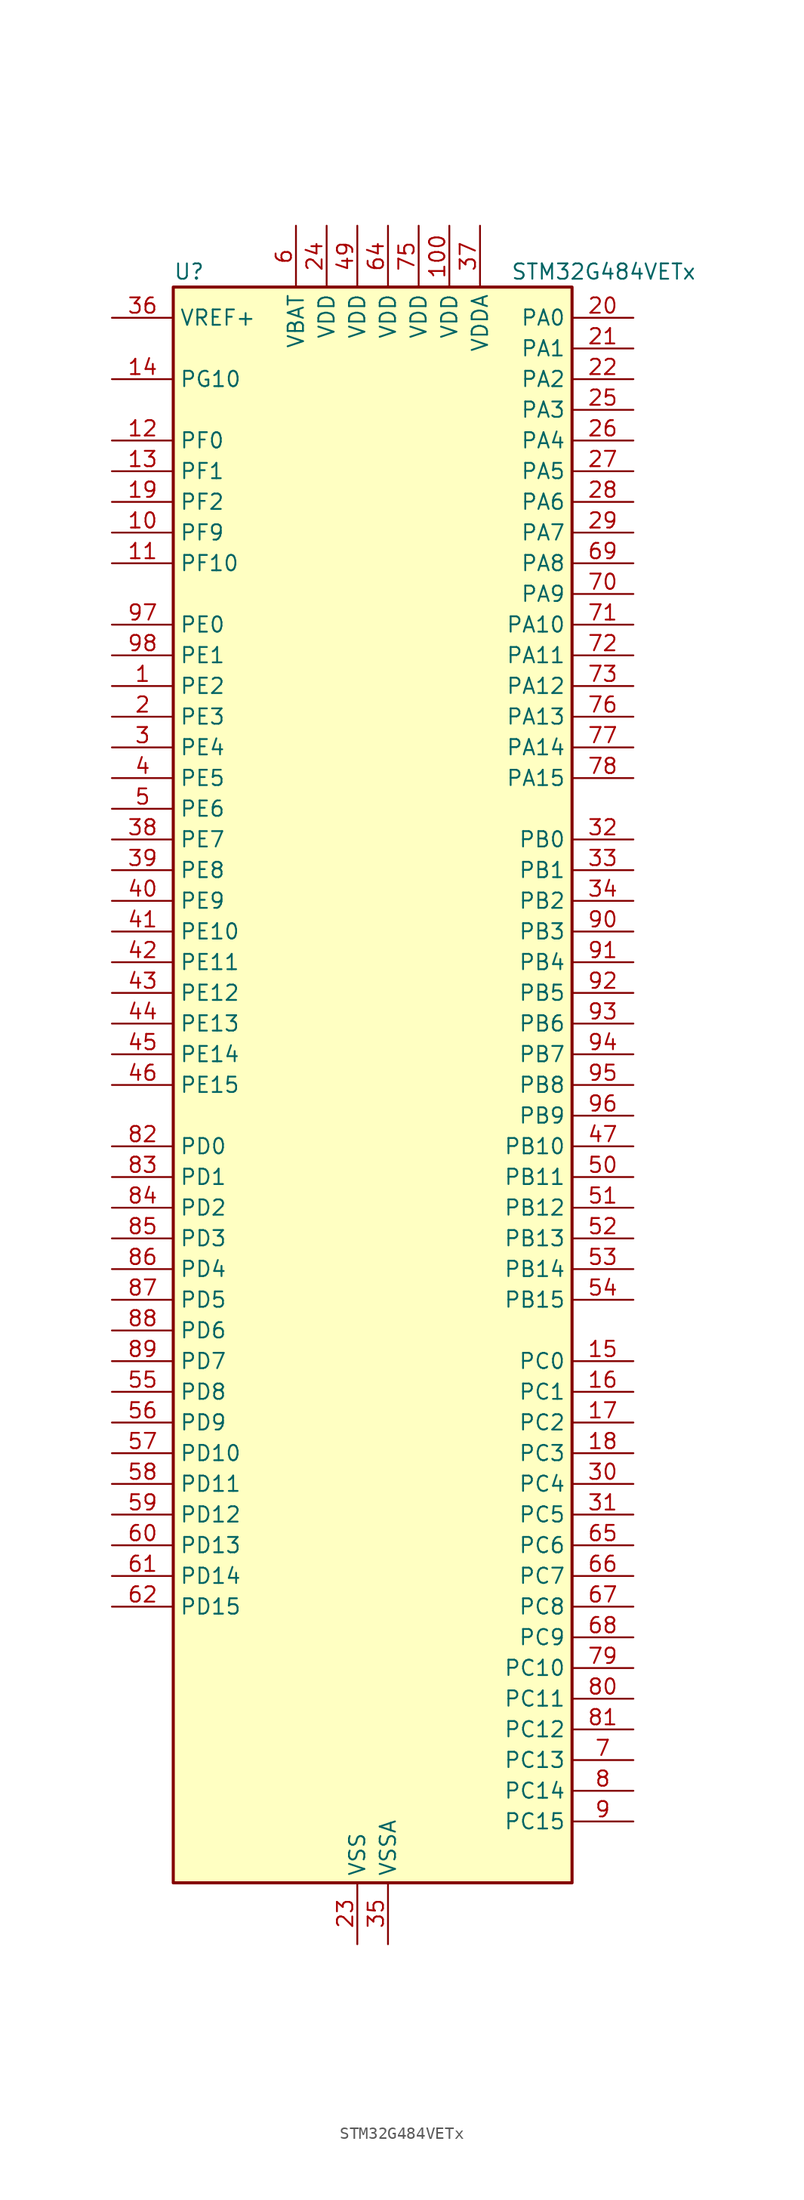
<source format=kicad_sym>
(kicad_symbol_lib
  (version 20231120)
  (generator "kicad_symbol_editor")
  (generator_version "8.0")
  (symbol "STM32G484VETx"
    (property "Reference" "U"
      (at -15.24 67.31 0)
      (effects (font (size 1.27 1.27)) (justify left)))
    (property "Value" "STM32G484VETx"
      (at 12.7 67.31 0)
      (effects (font (size 1.27 1.27)) (justify left)))
    (property "ki_locked" ""
      (at 0 0 0)
      (effects (font (size 1.27 1.27))))
    (symbol "STM32G484VETx_0_1"
      (rectangle (start -15.24 -66.04) (end 17.78 66.04) (stroke (width 0.254) (type default)) (fill (type background))))
    (symbol "STM32G484VETx_1_1"
      (pin bidirectional line (at -20.32 33.02 0) (length 5.08) (name "PE2" (effects (font (size 1.27 1.27)))) (number "1" (effects (font (size 1.27 1.27)))) (alternate "ADC3_EXTI2" bidirectional line) (alternate "ADC4_EXTI2" bidirectional line) (alternate "ADC5_EXTI2" bidirectional line) (alternate "FMC_A23" bidirectional line) (alternate "SAI1_CK1" bidirectional line) (alternate "SAI1_MCLK_A" bidirectional line) (alternate "SPI4_SCK" bidirectional line) (alternate "SYS_TRACECLK" bidirectional line) (alternate "TIM20_CH1" bidirectional line) (alternate "TIM3_CH1" bidirectional line))
      (pin bidirectional line (at -20.32 45.72 0) (length 5.08) (name "PF9" (effects (font (size 1.27 1.27)))) (number "10" (effects (font (size 1.27 1.27)))) (alternate "DAC1_EXTI9" bidirectional line) (alternate "DAC2_EXTI9" bidirectional line) (alternate "DAC3_EXTI9" bidirectional line) (alternate "DAC4_EXTI9" bidirectional line) (alternate "FMC_A25" bidirectional line) (alternate "QUADSPI1_BK1_IO1" bidirectional line) (alternate "SAI1_FS_B" bidirectional line) (alternate "SPI2_SCK" bidirectional line) (alternate "TIM15_CH1" bidirectional line) (alternate "TIM20_BKIN" bidirectional line) (alternate "TIM5_CH4" bidirectional line))
      (pin power_in line (at 7.62 71.12 270) (length 5.08) (name "VDD" (effects (font (size 1.27 1.27)))) (number "100" (effects (font (size 1.27 1.27)))))
      (pin bidirectional line (at -20.32 43.18 0) (length 5.08) (name "PF10" (effects (font (size 1.27 1.27)))) (number "11" (effects (font (size 1.27 1.27)))) (alternate "DAC1_EXTI10" bidirectional line) (alternate "DAC2_EXTI10" bidirectional line) (alternate "DAC3_EXTI10" bidirectional line) (alternate "DAC4_EXTI10" bidirectional line) (alternate "FMC_A0" bidirectional line) (alternate "QUADSPI1_CLK" bidirectional line) (alternate "SAI1_D3" bidirectional line) (alternate "SPI2_SCK" bidirectional line) (alternate "TIM15_CH2" bidirectional line) (alternate "TIM20_BKIN2" bidirectional line))
      (pin bidirectional line (at -20.32 53.34 0) (length 5.08) (name "PF0" (effects (font (size 1.27 1.27)))) (number "12" (effects (font (size 1.27 1.27)))) (alternate "ADC1_IN10" bidirectional line) (alternate "I2C2_SDA" bidirectional line) (alternate "I2S2_WS" bidirectional line) (alternate "RCC_OSC_IN" bidirectional line) (alternate "SPI2_NSS" bidirectional line) (alternate "TIM1_CH3N" bidirectional line))
      (pin bidirectional line (at -20.32 50.8 0) (length 5.08) (name "PF1" (effects (font (size 1.27 1.27)))) (number "13" (effects (font (size 1.27 1.27)))) (alternate "ADC2_IN10" bidirectional line) (alternate "COMP3_INM" bidirectional line) (alternate "I2S2_CK" bidirectional line) (alternate "RCC_OSC_OUT" bidirectional line) (alternate "SPI2_SCK" bidirectional line))
      (pin bidirectional line (at -20.32 58.42 0) (length 5.08) (name "PG10" (effects (font (size 1.27 1.27)))) (number "14" (effects (font (size 1.27 1.27)))) (alternate "DAC1_EXTI10" bidirectional line) (alternate "DAC2_EXTI10" bidirectional line) (alternate "DAC3_EXTI10" bidirectional line) (alternate "DAC4_EXTI10" bidirectional line) (alternate "RCC_MCO" bidirectional line))
      (pin bidirectional line (at 22.86 -22.86 180) (length 5.08) (name "PC0" (effects (font (size 1.27 1.27)))) (number "15" (effects (font (size 1.27 1.27)))) (alternate "ADC1_IN6" bidirectional line) (alternate "ADC2_IN6" bidirectional line) (alternate "COMP3_INM" bidirectional line) (alternate "LPTIM1_IN1" bidirectional line) (alternate "LPUART1_RX" bidirectional line) (alternate "TIM1_CH1" bidirectional line))
      (pin bidirectional line (at 22.86 -25.4 180) (length 5.08) (name "PC1" (effects (font (size 1.27 1.27)))) (number "16" (effects (font (size 1.27 1.27)))) (alternate "ADC1_IN7" bidirectional line) (alternate "ADC2_IN7" bidirectional line) (alternate "COMP3_INP" bidirectional line) (alternate "LPTIM1_OUT" bidirectional line) (alternate "LPUART1_TX" bidirectional line) (alternate "QUADSPI1_BK2_IO0" bidirectional line) (alternate "SAI1_SD_A" bidirectional line) (alternate "TIM1_CH2" bidirectional line))
      (pin bidirectional line (at 22.86 -27.94 180) (length 5.08) (name "PC2" (effects (font (size 1.27 1.27)))) (number "17" (effects (font (size 1.27 1.27)))) (alternate "ADC1_IN8" bidirectional line) (alternate "ADC2_IN8" bidirectional line) (alternate "ADC3_EXTI2" bidirectional line) (alternate "ADC4_EXTI2" bidirectional line) (alternate "ADC5_EXTI2" bidirectional line) (alternate "COMP3_OUT" bidirectional line) (alternate "LPTIM1_IN2" bidirectional line) (alternate "QUADSPI1_BK2_IO1" bidirectional line) (alternate "TIM1_CH3" bidirectional line) (alternate "TIM20_CH2" bidirectional line))
      (pin bidirectional line (at 22.86 -30.48 180) (length 5.08) (name "PC3" (effects (font (size 1.27 1.27)))) (number "18" (effects (font (size 1.27 1.27)))) (alternate "ADC1_IN9" bidirectional line) (alternate "ADC2_IN9" bidirectional line) (alternate "ADC3_EXTI3" bidirectional line) (alternate "ADC4_EXTI3" bidirectional line) (alternate "ADC5_EXTI3" bidirectional line) (alternate "LPTIM1_ETR" bidirectional line) (alternate "OPAMP5_VINP" bidirectional line) (alternate "OPAMP5_VINP_SEC" bidirectional line) (alternate "QUADSPI1_BK2_IO2" bidirectional line) (alternate "SAI1_D1" bidirectional line) (alternate "SAI1_SD_A" bidirectional line) (alternate "TIM1_BKIN2" bidirectional line) (alternate "TIM1_CH4" bidirectional line))
      (pin bidirectional line (at -20.32 48.26 0) (length 5.08) (name "PF2" (effects (font (size 1.27 1.27)))) (number "19" (effects (font (size 1.27 1.27)))) (alternate "ADC3_EXTI2" bidirectional line) (alternate "ADC4_EXTI2" bidirectional line) (alternate "ADC5_EXTI2" bidirectional line) (alternate "FMC_A2" bidirectional line) (alternate "I2C2_SMBA" bidirectional line) (alternate "TIM20_CH3" bidirectional line))
      (pin bidirectional line (at -20.32 30.48 0) (length 5.08) (name "PE3" (effects (font (size 1.27 1.27)))) (number "2" (effects (font (size 1.27 1.27)))) (alternate "ADC3_EXTI3" bidirectional line) (alternate "ADC4_EXTI3" bidirectional line) (alternate "ADC5_EXTI3" bidirectional line) (alternate "FMC_A19" bidirectional line) (alternate "SAI1_SD_B" bidirectional line) (alternate "SPI4_NSS" bidirectional line) (alternate "SYS_TRACED0" bidirectional line) (alternate "TIM20_CH2" bidirectional line) (alternate "TIM3_CH2" bidirectional line))
      (pin bidirectional line (at 22.86 63.5 180) (length 5.08) (name "PA0" (effects (font (size 1.27 1.27)))) (number "20" (effects (font (size 1.27 1.27)))) (alternate "ADC1_IN1" bidirectional line) (alternate "ADC2_IN1" bidirectional line) (alternate "COMP1_INM" bidirectional line) (alternate "COMP1_OUT" bidirectional line) (alternate "COMP3_INP" bidirectional line) (alternate "RTC_TAMP2" bidirectional line) (alternate "SYS_WKUP1" bidirectional line) (alternate "TIM2_CH1" bidirectional line) (alternate "TIM2_ETR" bidirectional line) (alternate "TIM5_CH1" bidirectional line) (alternate "TIM8_BKIN" bidirectional line) (alternate "TIM8_ETR" bidirectional line) (alternate "USART2_CTS" bidirectional line) (alternate "USART2_NSS" bidirectional line))
      (pin bidirectional line (at 22.86 60.96 180) (length 5.08) (name "PA1" (effects (font (size 1.27 1.27)))) (number "21" (effects (font (size 1.27 1.27)))) (alternate "ADC1_IN2" bidirectional line) (alternate "ADC2_IN2" bidirectional line) (alternate "COMP1_INP" bidirectional line) (alternate "OPAMP1_VINP" bidirectional line) (alternate "OPAMP1_VINP_SEC" bidirectional line) (alternate "OPAMP3_VINP" bidirectional line) (alternate "OPAMP3_VINP_SEC" bidirectional line) (alternate "OPAMP6_VINM" bidirectional line) (alternate "OPAMP6_VINM0" bidirectional line) (alternate "OPAMP6_VINM_SEC" bidirectional line) (alternate "RTC_REFIN" bidirectional line) (alternate "TIM15_CH1N" bidirectional line) (alternate "TIM2_CH2" bidirectional line) (alternate "TIM5_CH2" bidirectional line) (alternate "USART2_DE" bidirectional line) (alternate "USART2_RTS" bidirectional line))
      (pin bidirectional line (at 22.86 58.42 180) (length 5.08) (name "PA2" (effects (font (size 1.27 1.27)))) (number "22" (effects (font (size 1.27 1.27)))) (alternate "ADC1_IN3" bidirectional line) (alternate "ADC3_EXTI2" bidirectional line) (alternate "ADC4_EXTI2" bidirectional line) (alternate "ADC5_EXTI2" bidirectional line) (alternate "COMP2_INM" bidirectional line) (alternate "COMP2_OUT" bidirectional line) (alternate "LPUART1_TX" bidirectional line) (alternate "OPAMP1_VOUT" bidirectional line) (alternate "QUADSPI1_BK1_NCS" bidirectional line) (alternate "RCC_LSCO" bidirectional line) (alternate "SYS_WKUP4" bidirectional line) (alternate "TIM15_CH1" bidirectional line) (alternate "TIM2_CH3" bidirectional line) (alternate "TIM5_CH3" bidirectional line) (alternate "UCPD1_FRSTX1" bidirectional line) (alternate "UCPD1_FRSTX2" bidirectional line) (alternate "USART2_TX" bidirectional line))
      (pin power_in line (at 0 -71.12 90) (length 5.08) (name "VSS" (effects (font (size 1.27 1.27)))) (number "23" (effects (font (size 1.27 1.27)))))
      (pin power_in line (at -2.54 71.12 270) (length 5.08) (name "VDD" (effects (font (size 1.27 1.27)))) (number "24" (effects (font (size 1.27 1.27)))))
      (pin bidirectional line (at 22.86 55.88 180) (length 5.08) (name "PA3" (effects (font (size 1.27 1.27)))) (number "25" (effects (font (size 1.27 1.27)))) (alternate "ADC1_IN4" bidirectional line) (alternate "ADC3_EXTI3" bidirectional line) (alternate "ADC4_EXTI3" bidirectional line) (alternate "ADC5_EXTI3" bidirectional line) (alternate "COMP2_INP" bidirectional line) (alternate "LPUART1_RX" bidirectional line) (alternate "OPAMP1_VINM" bidirectional line) (alternate "OPAMP1_VINM0" bidirectional line) (alternate "OPAMP1_VINM_SEC" bidirectional line) (alternate "OPAMP1_VINP" bidirectional line) (alternate "OPAMP1_VINP_SEC" bidirectional line) (alternate "OPAMP5_VINM" bidirectional line) (alternate "OPAMP5_VINM1" bidirectional line) (alternate "OPAMP5_VINM_SEC" bidirectional line) (alternate "QUADSPI1_CLK" bidirectional line) (alternate "SAI1_CK1" bidirectional line) (alternate "SAI1_MCLK_A" bidirectional line) (alternate "TIM15_CH2" bidirectional line) (alternate "TIM2_CH4" bidirectional line) (alternate "TIM5_CH4" bidirectional line) (alternate "USART2_RX" bidirectional line))
      (pin bidirectional line (at 22.86 53.34 180) (length 5.08) (name "PA4" (effects (font (size 1.27 1.27)))) (number "26" (effects (font (size 1.27 1.27)))) (alternate "ADC2_IN17" bidirectional line) (alternate "COMP1_INM" bidirectional line) (alternate "DAC1_OUT1" bidirectional line) (alternate "I2S3_WS" bidirectional line) (alternate "SAI1_FS_B" bidirectional line) (alternate "SPI1_NSS" bidirectional line) (alternate "SPI3_NSS" bidirectional line) (alternate "TIM3_CH2" bidirectional line) (alternate "USART2_CK" bidirectional line))
      (pin bidirectional line (at 22.86 50.8 180) (length 5.08) (name "PA5" (effects (font (size 1.27 1.27)))) (number "27" (effects (font (size 1.27 1.27)))) (alternate "ADC2_IN13" bidirectional line) (alternate "COMP2_INM" bidirectional line) (alternate "DAC1_OUT2" bidirectional line) (alternate "OPAMP2_VINM" bidirectional line) (alternate "OPAMP2_VINM0" bidirectional line) (alternate "OPAMP2_VINM_SEC" bidirectional line) (alternate "SPI1_SCK" bidirectional line) (alternate "TIM2_CH1" bidirectional line) (alternate "TIM2_ETR" bidirectional line) (alternate "UCPD1_FRSTX1" bidirectional line) (alternate "UCPD1_FRSTX2" bidirectional line))
      (pin bidirectional line (at 22.86 48.26 180) (length 5.08) (name "PA6" (effects (font (size 1.27 1.27)))) (number "28" (effects (font (size 1.27 1.27)))) (alternate "ADC2_IN3" bidirectional line) (alternate "COMP1_OUT" bidirectional line) (alternate "DAC2_OUT1" bidirectional line) (alternate "LPUART1_CTS" bidirectional line) (alternate "OPAMP2_VOUT" bidirectional line) (alternate "QUADSPI1_BK1_IO3" bidirectional line) (alternate "SPI1_MISO" bidirectional line) (alternate "TIM16_CH1" bidirectional line) (alternate "TIM1_BKIN" bidirectional line) (alternate "TIM3_CH1" bidirectional line) (alternate "TIM8_BKIN" bidirectional line))
      (pin bidirectional line (at 22.86 45.72 180) (length 5.08) (name "PA7" (effects (font (size 1.27 1.27)))) (number "29" (effects (font (size 1.27 1.27)))) (alternate "ADC2_IN4" bidirectional line) (alternate "COMP2_INP" bidirectional line) (alternate "COMP2_OUT" bidirectional line) (alternate "OPAMP1_VINP" bidirectional line) (alternate "OPAMP1_VINP_SEC" bidirectional line) (alternate "OPAMP2_VINP" bidirectional line) (alternate "OPAMP2_VINP_SEC" bidirectional line) (alternate "QUADSPI1_BK1_IO2" bidirectional line) (alternate "SPI1_MOSI" bidirectional line) (alternate "TIM17_CH1" bidirectional line) (alternate "TIM1_CH1N" bidirectional line) (alternate "TIM3_CH2" bidirectional line) (alternate "TIM8_CH1N" bidirectional line) (alternate "UCPD1_FRSTX1" bidirectional line) (alternate "UCPD1_FRSTX2" bidirectional line))
      (pin bidirectional line (at -20.32 27.94 0) (length 5.08) (name "PE4" (effects (font (size 1.27 1.27)))) (number "3" (effects (font (size 1.27 1.27)))) (alternate "FMC_A20" bidirectional line) (alternate "SAI1_D2" bidirectional line) (alternate "SAI1_FS_A" bidirectional line) (alternate "SPI4_NSS" bidirectional line) (alternate "SYS_TRACED1" bidirectional line) (alternate "TIM20_CH1N" bidirectional line) (alternate "TIM3_CH3" bidirectional line))
      (pin bidirectional line (at 22.86 -33.02 180) (length 5.08) (name "PC4" (effects (font (size 1.27 1.27)))) (number "30" (effects (font (size 1.27 1.27)))) (alternate "ADC2_IN5" bidirectional line) (alternate "I2C2_SCL" bidirectional line) (alternate "QUADSPI1_BK2_IO3" bidirectional line) (alternate "TIM1_ETR" bidirectional line) (alternate "USART1_TX" bidirectional line))
      (pin bidirectional line (at 22.86 -35.56 180) (length 5.08) (name "PC5" (effects (font (size 1.27 1.27)))) (number "31" (effects (font (size 1.27 1.27)))) (alternate "ADC2_IN11" bidirectional line) (alternate "HRTIM1_EEV10" bidirectional line) (alternate "OPAMP1_VINM" bidirectional line) (alternate "OPAMP1_VINM1" bidirectional line) (alternate "OPAMP1_VINM_SEC" bidirectional line) (alternate "OPAMP2_VINM" bidirectional line) (alternate "OPAMP2_VINM1" bidirectional line) (alternate "OPAMP2_VINM_SEC" bidirectional line) (alternate "SAI1_D3" bidirectional line) (alternate "SYS_WKUP5" bidirectional line) (alternate "TIM15_BKIN" bidirectional line) (alternate "TIM1_CH4N" bidirectional line) (alternate "USART1_RX" bidirectional line))
      (pin bidirectional line (at 22.86 20.32 180) (length 5.08) (name "PB0" (effects (font (size 1.27 1.27)))) (number "32" (effects (font (size 1.27 1.27)))) (alternate "ADC1_IN15" bidirectional line) (alternate "ADC3_IN12" bidirectional line) (alternate "COMP4_INP" bidirectional line) (alternate "HRTIM1_FLT5" bidirectional line) (alternate "OPAMP2_VINP" bidirectional line) (alternate "OPAMP2_VINP_SEC" bidirectional line) (alternate "OPAMP3_VINP" bidirectional line) (alternate "OPAMP3_VINP_SEC" bidirectional line) (alternate "QUADSPI1_BK1_IO1" bidirectional line) (alternate "TIM1_CH2N" bidirectional line) (alternate "TIM3_CH3" bidirectional line) (alternate "TIM8_CH2N" bidirectional line) (alternate "UCPD1_FRSTX1" bidirectional line) (alternate "UCPD1_FRSTX2" bidirectional line))
      (pin bidirectional line (at 22.86 17.78 180) (length 5.08) (name "PB1" (effects (font (size 1.27 1.27)))) (number "33" (effects (font (size 1.27 1.27)))) (alternate "ADC1_IN12" bidirectional line) (alternate "ADC3_IN1" bidirectional line) (alternate "COMP1_INP" bidirectional line) (alternate "COMP4_OUT" bidirectional line) (alternate "HRTIM1_SCOUT" bidirectional line) (alternate "LPUART1_DE" bidirectional line) (alternate "LPUART1_RTS" bidirectional line) (alternate "OPAMP3_VOUT" bidirectional line) (alternate "OPAMP6_VINM" bidirectional line) (alternate "OPAMP6_VINM1" bidirectional line) (alternate "OPAMP6_VINM_SEC" bidirectional line) (alternate "QUADSPI1_BK1_IO0" bidirectional line) (alternate "TIM1_CH3N" bidirectional line) (alternate "TIM3_CH4" bidirectional line) (alternate "TIM8_CH3N" bidirectional line))
      (pin bidirectional line (at 22.86 15.24 180) (length 5.08) (name "PB2" (effects (font (size 1.27 1.27)))) (number "34" (effects (font (size 1.27 1.27)))) (alternate "ADC2_IN12" bidirectional line) (alternate "ADC3_EXTI2" bidirectional line) (alternate "ADC4_EXTI2" bidirectional line) (alternate "ADC5_EXTI2" bidirectional line) (alternate "COMP4_INM" bidirectional line) (alternate "HRTIM1_SCIN" bidirectional line) (alternate "I2C3_SMBA" bidirectional line) (alternate "LPTIM1_OUT" bidirectional line) (alternate "OPAMP3_VINM" bidirectional line) (alternate "OPAMP3_VINM0" bidirectional line) (alternate "OPAMP3_VINM_SEC" bidirectional line) (alternate "QUADSPI1_BK2_IO1" bidirectional line) (alternate "RTC_OUT2" bidirectional line) (alternate "TIM20_CH1" bidirectional line) (alternate "TIM5_CH1" bidirectional line))
      (pin power_in line (at 2.54 -71.12 90) (length 5.08) (name "VSSA" (effects (font (size 1.27 1.27)))) (number "35" (effects (font (size 1.27 1.27)))))
      (pin input line (at -20.32 63.5 0) (length 5.08) (name "VREF+" (effects (font (size 1.27 1.27)))) (number "36" (effects (font (size 1.27 1.27)))) (alternate "VREFBUF_OUT" bidirectional line))
      (pin power_in line (at 10.16 71.12 270) (length 5.08) (name "VDDA" (effects (font (size 1.27 1.27)))) (number "37" (effects (font (size 1.27 1.27)))))
      (pin bidirectional line (at -20.32 20.32 0) (length 5.08) (name "PE7" (effects (font (size 1.27 1.27)))) (number "38" (effects (font (size 1.27 1.27)))) (alternate "ADC3_IN4" bidirectional line) (alternate "COMP4_INP" bidirectional line) (alternate "FMC_D4" bidirectional line) (alternate "FMC_DA4" bidirectional line) (alternate "SAI1_SD_B" bidirectional line) (alternate "TIM1_ETR" bidirectional line))
      (pin bidirectional line (at -20.32 17.78 0) (length 5.08) (name "PE8" (effects (font (size 1.27 1.27)))) (number "39" (effects (font (size 1.27 1.27)))) (alternate "ADC3_IN6" bidirectional line) (alternate "ADC4_IN6" bidirectional line) (alternate "ADC5_IN6" bidirectional line) (alternate "COMP4_INM" bidirectional line) (alternate "FMC_D5" bidirectional line) (alternate "FMC_DA5" bidirectional line) (alternate "SAI1_SCK_B" bidirectional line) (alternate "TIM1_CH1N" bidirectional line) (alternate "TIM5_CH3" bidirectional line))
      (pin bidirectional line (at -20.32 25.4 0) (length 5.08) (name "PE5" (effects (font (size 1.27 1.27)))) (number "4" (effects (font (size 1.27 1.27)))) (alternate "FMC_A21" bidirectional line) (alternate "SAI1_CK2" bidirectional line) (alternate "SAI1_SCK_A" bidirectional line) (alternate "SPI4_MISO" bidirectional line) (alternate "SYS_TRACED2" bidirectional line) (alternate "TIM20_CH2N" bidirectional line) (alternate "TIM3_CH4" bidirectional line))
      (pin bidirectional line (at -20.32 15.24 0) (length 5.08) (name "PE9" (effects (font (size 1.27 1.27)))) (number "40" (effects (font (size 1.27 1.27)))) (alternate "ADC3_IN2" bidirectional line) (alternate "DAC1_EXTI9" bidirectional line) (alternate "DAC2_EXTI9" bidirectional line) (alternate "DAC3_EXTI9" bidirectional line) (alternate "DAC4_EXTI9" bidirectional line) (alternate "FMC_D6" bidirectional line) (alternate "FMC_DA6" bidirectional line) (alternate "SAI1_FS_B" bidirectional line) (alternate "TIM1_CH1" bidirectional line) (alternate "TIM5_CH4" bidirectional line))
      (pin bidirectional line (at -20.32 12.7 0) (length 5.08) (name "PE10" (effects (font (size 1.27 1.27)))) (number "41" (effects (font (size 1.27 1.27)))) (alternate "ADC3_IN14" bidirectional line) (alternate "ADC4_IN14" bidirectional line) (alternate "ADC5_IN14" bidirectional line) (alternate "DAC1_EXTI10" bidirectional line) (alternate "DAC2_EXTI10" bidirectional line) (alternate "DAC3_EXTI10" bidirectional line) (alternate "DAC4_EXTI10" bidirectional line) (alternate "FMC_D7" bidirectional line) (alternate "FMC_DA7" bidirectional line) (alternate "QUADSPI1_CLK" bidirectional line) (alternate "SAI1_MCLK_B" bidirectional line) (alternate "TIM1_CH2N" bidirectional line))
      (pin bidirectional line (at -20.32 10.16 0) (length 5.08) (name "PE11" (effects (font (size 1.27 1.27)))) (number "42" (effects (font (size 1.27 1.27)))) (alternate "ADC1_EXTI11" bidirectional line) (alternate "ADC2_EXTI11" bidirectional line) (alternate "ADC3_IN15" bidirectional line) (alternate "ADC4_IN15" bidirectional line) (alternate "ADC5_IN15" bidirectional line) (alternate "FMC_D8" bidirectional line) (alternate "FMC_DA8" bidirectional line) (alternate "QUADSPI1_BK1_NCS" bidirectional line) (alternate "SPI4_NSS" bidirectional line) (alternate "TIM1_CH2" bidirectional line))
      (pin bidirectional line (at -20.32 7.62 0) (length 5.08) (name "PE12" (effects (font (size 1.27 1.27)))) (number "43" (effects (font (size 1.27 1.27)))) (alternate "ADC3_IN16" bidirectional line) (alternate "ADC4_IN16" bidirectional line) (alternate "ADC5_IN16" bidirectional line) (alternate "FMC_D9" bidirectional line) (alternate "FMC_DA9" bidirectional line) (alternate "QUADSPI1_BK1_IO0" bidirectional line) (alternate "SPI4_SCK" bidirectional line) (alternate "TIM1_CH3N" bidirectional line))
      (pin bidirectional line (at -20.32 5.08 0) (length 5.08) (name "PE13" (effects (font (size 1.27 1.27)))) (number "44" (effects (font (size 1.27 1.27)))) (alternate "ADC3_IN3" bidirectional line) (alternate "FMC_D10" bidirectional line) (alternate "FMC_DA10" bidirectional line) (alternate "QUADSPI1_BK1_IO1" bidirectional line) (alternate "SPI4_MISO" bidirectional line) (alternate "TIM1_CH3" bidirectional line))
      (pin bidirectional line (at -20.32 2.54 0) (length 5.08) (name "PE14" (effects (font (size 1.27 1.27)))) (number "45" (effects (font (size 1.27 1.27)))) (alternate "ADC4_IN1" bidirectional line) (alternate "FMC_D11" bidirectional line) (alternate "FMC_DA11" bidirectional line) (alternate "QUADSPI1_BK1_IO2" bidirectional line) (alternate "SPI4_MOSI" bidirectional line) (alternate "TIM1_BKIN2" bidirectional line) (alternate "TIM1_CH4" bidirectional line))
      (pin bidirectional line (at -20.32 0 0) (length 5.08) (name "PE15" (effects (font (size 1.27 1.27)))) (number "46" (effects (font (size 1.27 1.27)))) (alternate "ADC1_EXTI15" bidirectional line) (alternate "ADC2_EXTI15" bidirectional line) (alternate "ADC4_IN2" bidirectional line) (alternate "FMC_D12" bidirectional line) (alternate "FMC_DA12" bidirectional line) (alternate "QUADSPI1_BK1_IO3" bidirectional line) (alternate "TIM1_BKIN" bidirectional line) (alternate "TIM1_CH4N" bidirectional line) (alternate "USART3_RX" bidirectional line))
      (pin bidirectional line (at 22.86 -5.08 180) (length 5.08) (name "PB10" (effects (font (size 1.27 1.27)))) (number "47" (effects (font (size 1.27 1.27)))) (alternate "COMP5_INM" bidirectional line) (alternate "DAC1_EXTI10" bidirectional line) (alternate "DAC2_EXTI10" bidirectional line) (alternate "DAC3_EXTI10" bidirectional line) (alternate "DAC4_EXTI10" bidirectional line) (alternate "HRTIM1_FLT3" bidirectional line) (alternate "LPUART1_RX" bidirectional line) (alternate "OPAMP3_VINM" bidirectional line) (alternate "OPAMP3_VINM1" bidirectional line) (alternate "OPAMP3_VINM_SEC" bidirectional line) (alternate "OPAMP4_VINM" bidirectional line) (alternate "OPAMP4_VINM0" bidirectional line) (alternate "OPAMP4_VINM_SEC" bidirectional line) (alternate "QUADSPI1_CLK" bidirectional line) (alternate "SAI1_SCK_A" bidirectional line) (alternate "TIM1_BKIN" bidirectional line) (alternate "TIM2_CH3" bidirectional line) (alternate "USART3_TX" bidirectional line))
      (pin passive line (at 0 -71.12 90) (length 5.08) hide (name "VSS" (effects (font (size 1.27 1.27)))) (number "48" (effects (font (size 1.27 1.27)))))
      (pin power_in line (at 0 71.12 270) (length 5.08) (name "VDD" (effects (font (size 1.27 1.27)))) (number "49" (effects (font (size 1.27 1.27)))))
      (pin bidirectional line (at -20.32 22.86 0) (length 5.08) (name "PE6" (effects (font (size 1.27 1.27)))) (number "5" (effects (font (size 1.27 1.27)))) (alternate "FMC_A22" bidirectional line) (alternate "RTC_TAMP3" bidirectional line) (alternate "SAI1_D1" bidirectional line) (alternate "SAI1_SD_A" bidirectional line) (alternate "SPI4_MOSI" bidirectional line) (alternate "SYS_TRACED3" bidirectional line) (alternate "SYS_WKUP3" bidirectional line) (alternate "TIM20_CH3N" bidirectional line))
      (pin bidirectional line (at 22.86 -7.62 180) (length 5.08) (name "PB11" (effects (font (size 1.27 1.27)))) (number "50" (effects (font (size 1.27 1.27)))) (alternate "ADC1_EXTI11" bidirectional line) (alternate "ADC1_IN14" bidirectional line) (alternate "ADC2_EXTI11" bidirectional line) (alternate "ADC2_IN14" bidirectional line) (alternate "COMP6_INP" bidirectional line) (alternate "HRTIM1_FLT4" bidirectional line) (alternate "LPUART1_TX" bidirectional line) (alternate "OPAMP4_VINP" bidirectional line) (alternate "OPAMP4_VINP_SEC" bidirectional line) (alternate "OPAMP6_VOUT" bidirectional line) (alternate "QUADSPI1_BK1_NCS" bidirectional line) (alternate "TIM2_CH4" bidirectional line) (alternate "USART3_RX" bidirectional line))
      (pin bidirectional line (at 22.86 -10.16 180) (length 5.08) (name "PB12" (effects (font (size 1.27 1.27)))) (number "51" (effects (font (size 1.27 1.27)))) (alternate "ADC1_IN11" bidirectional line) (alternate "ADC4_IN3" bidirectional line) (alternate "COMP7_INM" bidirectional line) (alternate "FDCAN2_RX" bidirectional line) (alternate "HRTIM1_CHC1" bidirectional line) (alternate "I2C2_SMBA" bidirectional line) (alternate "I2S2_WS" bidirectional line) (alternate "LPUART1_DE" bidirectional line) (alternate "LPUART1_RTS" bidirectional line) (alternate "OPAMP4_VOUT" bidirectional line) (alternate "OPAMP6_VINP" bidirectional line) (alternate "OPAMP6_VINP_SEC" bidirectional line) (alternate "SPI2_NSS" bidirectional line) (alternate "TIM1_BKIN" bidirectional line) (alternate "TIM5_ETR" bidirectional line) (alternate "USART3_CK" bidirectional line))
      (pin bidirectional line (at 22.86 -12.7 180) (length 5.08) (name "PB13" (effects (font (size 1.27 1.27)))) (number "52" (effects (font (size 1.27 1.27)))) (alternate "ADC3_IN5" bidirectional line) (alternate "COMP5_INP" bidirectional line) (alternate "FDCAN2_TX" bidirectional line) (alternate "HRTIM1_CHC2" bidirectional line) (alternate "I2S2_CK" bidirectional line) (alternate "LPUART1_CTS" bidirectional line) (alternate "OPAMP3_VINP" bidirectional line) (alternate "OPAMP3_VINP_SEC" bidirectional line) (alternate "OPAMP4_VINP" bidirectional line) (alternate "OPAMP4_VINP_SEC" bidirectional line) (alternate "OPAMP6_VINP" bidirectional line) (alternate "OPAMP6_VINP_SEC" bidirectional line) (alternate "SPI2_SCK" bidirectional line) (alternate "TIM1_CH1N" bidirectional line) (alternate "USART3_CTS" bidirectional line) (alternate "USART3_NSS" bidirectional line))
      (pin bidirectional line (at 22.86 -15.24 180) (length 5.08) (name "PB14" (effects (font (size 1.27 1.27)))) (number "53" (effects (font (size 1.27 1.27)))) (alternate "ADC1_IN5" bidirectional line) (alternate "ADC4_IN4" bidirectional line) (alternate "COMP4_OUT" bidirectional line) (alternate "COMP7_INP" bidirectional line) (alternate "HRTIM1_CHD1" bidirectional line) (alternate "OPAMP2_VINP" bidirectional line) (alternate "OPAMP2_VINP_SEC" bidirectional line) (alternate "OPAMP5_VINP" bidirectional line) (alternate "OPAMP5_VINP_SEC" bidirectional line) (alternate "SPI2_MISO" bidirectional line) (alternate "TIM15_CH1" bidirectional line) (alternate "TIM1_CH2N" bidirectional line) (alternate "USART3_DE" bidirectional line) (alternate "USART3_RTS" bidirectional line))
      (pin bidirectional line (at 22.86 -17.78 180) (length 5.08) (name "PB15" (effects (font (size 1.27 1.27)))) (number "54" (effects (font (size 1.27 1.27)))) (alternate "ADC1_EXTI15" bidirectional line) (alternate "ADC2_EXTI15" bidirectional line) (alternate "ADC2_IN15" bidirectional line) (alternate "ADC4_IN5" bidirectional line) (alternate "COMP3_OUT" bidirectional line) (alternate "COMP6_INM" bidirectional line) (alternate "HRTIM1_CHD2" bidirectional line) (alternate "I2S2_SD" bidirectional line) (alternate "OPAMP5_VINM" bidirectional line) (alternate "OPAMP5_VINM0" bidirectional line) (alternate "OPAMP5_VINM_SEC" bidirectional line) (alternate "RTC_REFIN" bidirectional line) (alternate "SPI2_MOSI" bidirectional line) (alternate "TIM15_CH1N" bidirectional line) (alternate "TIM15_CH2" bidirectional line) (alternate "TIM1_CH3N" bidirectional line))
      (pin bidirectional line (at -20.32 -25.4 0) (length 5.08) (name "PD8" (effects (font (size 1.27 1.27)))) (number "55" (effects (font (size 1.27 1.27)))) (alternate "ADC4_IN12" bidirectional line) (alternate "ADC5_IN12" bidirectional line) (alternate "FMC_D13" bidirectional line) (alternate "FMC_DA13" bidirectional line) (alternate "OPAMP4_VINM" bidirectional line) (alternate "OPAMP4_VINM1" bidirectional line) (alternate "OPAMP4_VINM_SEC" bidirectional line) (alternate "USART3_TX" bidirectional line))
      (pin bidirectional line (at -20.32 -27.94 0) (length 5.08) (name "PD9" (effects (font (size 1.27 1.27)))) (number "56" (effects (font (size 1.27 1.27)))) (alternate "ADC4_IN13" bidirectional line) (alternate "ADC5_IN13" bidirectional line) (alternate "DAC1_EXTI9" bidirectional line) (alternate "DAC2_EXTI9" bidirectional line) (alternate "DAC3_EXTI9" bidirectional line) (alternate "DAC4_EXTI9" bidirectional line) (alternate "FMC_D14" bidirectional line) (alternate "FMC_DA14" bidirectional line) (alternate "OPAMP6_VINP" bidirectional line) (alternate "OPAMP6_VINP_SEC" bidirectional line) (alternate "USART3_RX" bidirectional line))
      (pin bidirectional line (at -20.32 -30.48 0) (length 5.08) (name "PD10" (effects (font (size 1.27 1.27)))) (number "57" (effects (font (size 1.27 1.27)))) (alternate "ADC3_IN7" bidirectional line) (alternate "ADC4_IN7" bidirectional line) (alternate "ADC5_IN7" bidirectional line) (alternate "COMP6_INM" bidirectional line) (alternate "DAC1_EXTI10" bidirectional line) (alternate "DAC2_EXTI10" bidirectional line) (alternate "DAC3_EXTI10" bidirectional line) (alternate "DAC4_EXTI10" bidirectional line) (alternate "FMC_D15" bidirectional line) (alternate "FMC_DA15" bidirectional line) (alternate "USART3_CK" bidirectional line))
      (pin bidirectional line (at -20.32 -33.02 0) (length 5.08) (name "PD11" (effects (font (size 1.27 1.27)))) (number "58" (effects (font (size 1.27 1.27)))) (alternate "ADC1_EXTI11" bidirectional line) (alternate "ADC2_EXTI11" bidirectional line) (alternate "ADC3_IN8" bidirectional line) (alternate "ADC4_IN8" bidirectional line) (alternate "ADC5_IN8" bidirectional line) (alternate "COMP6_INP" bidirectional line) (alternate "FMC_A16" bidirectional line) (alternate "FMC_CLE" bidirectional line) (alternate "I2C4_SMBA" bidirectional line) (alternate "OPAMP4_VINP" bidirectional line) (alternate "OPAMP4_VINP_SEC" bidirectional line) (alternate "TIM5_ETR" bidirectional line) (alternate "USART3_CTS" bidirectional line) (alternate "USART3_NSS" bidirectional line))
      (pin bidirectional line (at -20.32 -35.56 0) (length 5.08) (name "PD12" (effects (font (size 1.27 1.27)))) (number "59" (effects (font (size 1.27 1.27)))) (alternate "ADC3_IN9" bidirectional line) (alternate "ADC4_IN9" bidirectional line) (alternate "ADC5_IN9" bidirectional line) (alternate "COMP5_INP" bidirectional line) (alternate "FMC_A17" bidirectional line) (alternate "FMC_ALE" bidirectional line) (alternate "OPAMP5_VINP" bidirectional line) (alternate "OPAMP5_VINP_SEC" bidirectional line) (alternate "TIM4_CH1" bidirectional line) (alternate "USART3_DE" bidirectional line) (alternate "USART3_RTS" bidirectional line))
      (pin power_in line (at -5.08 71.12 270) (length 5.08) (name "VBAT" (effects (font (size 1.27 1.27)))) (number "6" (effects (font (size 1.27 1.27)))))
      (pin bidirectional line (at -20.32 -38.1 0) (length 5.08) (name "PD13" (effects (font (size 1.27 1.27)))) (number "60" (effects (font (size 1.27 1.27)))) (alternate "ADC3_IN10" bidirectional line) (alternate "ADC4_IN10" bidirectional line) (alternate "ADC5_IN10" bidirectional line) (alternate "COMP5_INM" bidirectional line) (alternate "FMC_A18" bidirectional line) (alternate "TIM4_CH2" bidirectional line))
      (pin bidirectional line (at -20.32 -40.64 0) (length 5.08) (name "PD14" (effects (font (size 1.27 1.27)))) (number "61" (effects (font (size 1.27 1.27)))) (alternate "ADC3_IN11" bidirectional line) (alternate "ADC4_IN11" bidirectional line) (alternate "ADC5_IN11" bidirectional line) (alternate "COMP7_INP" bidirectional line) (alternate "FMC_D0" bidirectional line) (alternate "FMC_DA0" bidirectional line) (alternate "OPAMP2_VINP" bidirectional line) (alternate "OPAMP2_VINP_SEC" bidirectional line) (alternate "TIM4_CH3" bidirectional line))
      (pin bidirectional line (at -20.32 -43.18 0) (length 5.08) (name "PD15" (effects (font (size 1.27 1.27)))) (number "62" (effects (font (size 1.27 1.27)))) (alternate "ADC1_EXTI15" bidirectional line) (alternate "ADC2_EXTI15" bidirectional line) (alternate "COMP7_INM" bidirectional line) (alternate "FMC_D1" bidirectional line) (alternate "FMC_DA1" bidirectional line) (alternate "SPI2_NSS" bidirectional line) (alternate "TIM4_CH4" bidirectional line))
      (pin passive line (at 0 -71.12 90) (length 5.08) hide (name "VSS" (effects (font (size 1.27 1.27)))) (number "63" (effects (font (size 1.27 1.27)))))
      (pin power_in line (at 2.54 71.12 270) (length 5.08) (name "VDD" (effects (font (size 1.27 1.27)))) (number "64" (effects (font (size 1.27 1.27)))))
      (pin bidirectional line (at 22.86 -38.1 180) (length 5.08) (name "PC6" (effects (font (size 1.27 1.27)))) (number "65" (effects (font (size 1.27 1.27)))) (alternate "COMP6_OUT" bidirectional line) (alternate "HRTIM1_CHF1" bidirectional line) (alternate "HRTIM1_EEV10" bidirectional line) (alternate "I2C4_SCL" bidirectional line) (alternate "I2S2_MCK" bidirectional line) (alternate "TIM3_CH1" bidirectional line) (alternate "TIM8_CH1" bidirectional line))
      (pin bidirectional line (at 22.86 -40.64 180) (length 5.08) (name "PC7" (effects (font (size 1.27 1.27)))) (number "66" (effects (font (size 1.27 1.27)))) (alternate "COMP5_OUT" bidirectional line) (alternate "HRTIM1_CHF2" bidirectional line) (alternate "HRTIM1_FLT5" bidirectional line) (alternate "I2C4_SDA" bidirectional line) (alternate "I2S3_MCK" bidirectional line) (alternate "TIM3_CH2" bidirectional line) (alternate "TIM8_CH2" bidirectional line))
      (pin bidirectional line (at 22.86 -43.18 180) (length 5.08) (name "PC8" (effects (font (size 1.27 1.27)))) (number "67" (effects (font (size 1.27 1.27)))) (alternate "COMP7_OUT" bidirectional line) (alternate "HRTIM1_CHE1" bidirectional line) (alternate "I2C3_SCL" bidirectional line) (alternate "TIM20_CH3" bidirectional line) (alternate "TIM3_CH3" bidirectional line) (alternate "TIM8_CH3" bidirectional line))
      (pin bidirectional line (at 22.86 -45.72 180) (length 5.08) (name "PC9" (effects (font (size 1.27 1.27)))) (number "68" (effects (font (size 1.27 1.27)))) (alternate "DAC1_EXTI9" bidirectional line) (alternate "DAC2_EXTI9" bidirectional line) (alternate "DAC3_EXTI9" bidirectional line) (alternate "DAC4_EXTI9" bidirectional line) (alternate "HRTIM1_CHE2" bidirectional line) (alternate "I2C3_SDA" bidirectional line) (alternate "I2S_CKIN" bidirectional line) (alternate "TIM3_CH4" bidirectional line) (alternate "TIM8_BKIN2" bidirectional line) (alternate "TIM8_CH4" bidirectional line))
      (pin bidirectional line (at 22.86 43.18 180) (length 5.08) (name "PA8" (effects (font (size 1.27 1.27)))) (number "69" (effects (font (size 1.27 1.27)))) (alternate "ADC5_IN1" bidirectional line) (alternate "COMP7_OUT" bidirectional line) (alternate "FDCAN3_RX" bidirectional line) (alternate "HRTIM1_CHA1" bidirectional line) (alternate "I2C2_SDA" bidirectional line) (alternate "I2C3_SCL" bidirectional line) (alternate "I2S2_MCK" bidirectional line) (alternate "OPAMP5_VOUT" bidirectional line) (alternate "RCC_MCO" bidirectional line) (alternate "SAI1_CK2" bidirectional line) (alternate "SAI1_SCK_A" bidirectional line) (alternate "TIM1_CH1" bidirectional line) (alternate "TIM4_ETR" bidirectional line) (alternate "USART1_CK" bidirectional line))
      (pin bidirectional line (at 22.86 -55.88 180) (length 5.08) (name "PC13" (effects (font (size 1.27 1.27)))) (number "7" (effects (font (size 1.27 1.27)))) (alternate "RTC_OUT1" bidirectional line) (alternate "RTC_TAMP1" bidirectional line) (alternate "RTC_TS" bidirectional line) (alternate "SYS_WKUP2" bidirectional line) (alternate "TIM1_BKIN" bidirectional line) (alternate "TIM1_CH1N" bidirectional line) (alternate "TIM8_CH4N" bidirectional line))
      (pin bidirectional line (at 22.86 40.64 180) (length 5.08) (name "PA9" (effects (font (size 1.27 1.27)))) (number "70" (effects (font (size 1.27 1.27)))) (alternate "ADC5_IN2" bidirectional line) (alternate "COMP5_OUT" bidirectional line) (alternate "DAC1_EXTI9" bidirectional line) (alternate "DAC2_EXTI9" bidirectional line) (alternate "DAC3_EXTI9" bidirectional line) (alternate "DAC4_EXTI9" bidirectional line) (alternate "HRTIM1_CHA2" bidirectional line) (alternate "I2C2_SCL" bidirectional line) (alternate "I2C3_SMBA" bidirectional line) (alternate "I2S3_MCK" bidirectional line) (alternate "SAI1_FS_A" bidirectional line) (alternate "TIM15_BKIN" bidirectional line) (alternate "TIM1_CH2" bidirectional line) (alternate "TIM2_CH3" bidirectional line) (alternate "UCPD1_DBCC1" bidirectional line) (alternate "USART1_TX" bidirectional line))
      (pin bidirectional line (at 22.86 38.1 180) (length 5.08) (name "PA10" (effects (font (size 1.27 1.27)))) (number "71" (effects (font (size 1.27 1.27)))) (alternate "COMP6_OUT" bidirectional line) (alternate "CRS_SYNC" bidirectional line) (alternate "DAC1_EXTI10" bidirectional line) (alternate "DAC2_EXTI10" bidirectional line) (alternate "DAC3_EXTI10" bidirectional line) (alternate "DAC4_EXTI10" bidirectional line) (alternate "HRTIM1_CHB1" bidirectional line) (alternate "I2C2_SMBA" bidirectional line) (alternate "SAI1_D1" bidirectional line) (alternate "SAI1_SD_A" bidirectional line) (alternate "SPI2_MISO" bidirectional line) (alternate "TIM17_BKIN" bidirectional line) (alternate "TIM1_CH3" bidirectional line) (alternate "TIM2_CH4" bidirectional line) (alternate "TIM8_BKIN" bidirectional line) (alternate "UCPD1_DBCC2" bidirectional line) (alternate "USART1_RX" bidirectional line))
      (pin bidirectional line (at 22.86 35.56 180) (length 5.08) (name "PA11" (effects (font (size 1.27 1.27)))) (number "72" (effects (font (size 1.27 1.27)))) (alternate "ADC1_EXTI11" bidirectional line) (alternate "ADC2_EXTI11" bidirectional line) (alternate "COMP1_OUT" bidirectional line) (alternate "FDCAN1_RX" bidirectional line) (alternate "HRTIM1_CHB2" bidirectional line) (alternate "I2S2_SD" bidirectional line) (alternate "SPI2_MOSI" bidirectional line) (alternate "TIM1_BKIN2" bidirectional line) (alternate "TIM1_CH1N" bidirectional line) (alternate "TIM1_CH4" bidirectional line) (alternate "TIM4_CH1" bidirectional line) (alternate "USART1_CTS" bidirectional line) (alternate "USART1_NSS" bidirectional line) (alternate "USB_DM" bidirectional line))
      (pin bidirectional line (at 22.86 33.02 180) (length 5.08) (name "PA12" (effects (font (size 1.27 1.27)))) (number "73" (effects (font (size 1.27 1.27)))) (alternate "COMP2_OUT" bidirectional line) (alternate "FDCAN1_TX" bidirectional line) (alternate "HRTIM1_FLT1" bidirectional line) (alternate "I2S_CKIN" bidirectional line) (alternate "TIM16_CH1" bidirectional line) (alternate "TIM1_CH2N" bidirectional line) (alternate "TIM1_ETR" bidirectional line) (alternate "TIM4_CH2" bidirectional line) (alternate "USART1_DE" bidirectional line) (alternate "USART1_RTS" bidirectional line) (alternate "USB_DP" bidirectional line))
      (pin passive line (at 0 -71.12 90) (length 5.08) hide (name "VSS" (effects (font (size 1.27 1.27)))) (number "74" (effects (font (size 1.27 1.27)))))
      (pin power_in line (at 5.08 71.12 270) (length 5.08) (name "VDD" (effects (font (size 1.27 1.27)))) (number "75" (effects (font (size 1.27 1.27)))))
      (pin bidirectional line (at 22.86 30.48 180) (length 5.08) (name "PA13" (effects (font (size 1.27 1.27)))) (number "76" (effects (font (size 1.27 1.27)))) (alternate "I2C1_SCL" bidirectional line) (alternate "I2C4_SCL" bidirectional line) (alternate "IR_OUT" bidirectional line) (alternate "SAI1_SD_B" bidirectional line) (alternate "SYS_JTMS-SWDIO" bidirectional line) (alternate "TIM16_CH1N" bidirectional line) (alternate "TIM4_CH3" bidirectional line) (alternate "USART3_CTS" bidirectional line) (alternate "USART3_NSS" bidirectional line))
      (pin bidirectional line (at 22.86 27.94 180) (length 5.08) (name "PA14" (effects (font (size 1.27 1.27)))) (number "77" (effects (font (size 1.27 1.27)))) (alternate "I2C1_SDA" bidirectional line) (alternate "I2C4_SMBA" bidirectional line) (alternate "LPTIM1_OUT" bidirectional line) (alternate "SAI1_FS_B" bidirectional line) (alternate "SYS_JTCK-SWCLK" bidirectional line) (alternate "TIM1_BKIN" bidirectional line) (alternate "TIM8_CH2" bidirectional line) (alternate "USART2_TX" bidirectional line))
      (pin bidirectional line (at 22.86 25.4 180) (length 5.08) (name "PA15" (effects (font (size 1.27 1.27)))) (number "78" (effects (font (size 1.27 1.27)))) (alternate "ADC1_EXTI15" bidirectional line) (alternate "ADC2_EXTI15" bidirectional line) (alternate "FDCAN3_TX" bidirectional line) (alternate "HRTIM1_FLT2" bidirectional line) (alternate "I2C1_SCL" bidirectional line) (alternate "I2S3_WS" bidirectional line) (alternate "SPI1_NSS" bidirectional line) (alternate "SPI3_NSS" bidirectional line) (alternate "SYS_JTDI" bidirectional line) (alternate "TIM1_BKIN" bidirectional line) (alternate "TIM2_CH1" bidirectional line) (alternate "TIM2_ETR" bidirectional line) (alternate "TIM8_CH1" bidirectional line) (alternate "UART4_DE" bidirectional line) (alternate "UART4_RTS" bidirectional line) (alternate "USART2_RX" bidirectional line))
      (pin bidirectional line (at 22.86 -48.26 180) (length 5.08) (name "PC10" (effects (font (size 1.27 1.27)))) (number "79" (effects (font (size 1.27 1.27)))) (alternate "DAC1_EXTI10" bidirectional line) (alternate "DAC2_EXTI10" bidirectional line) (alternate "DAC3_EXTI10" bidirectional line) (alternate "DAC4_EXTI10" bidirectional line) (alternate "HRTIM1_FLT6" bidirectional line) (alternate "I2S3_CK" bidirectional line) (alternate "SPI3_SCK" bidirectional line) (alternate "TIM8_CH1N" bidirectional line) (alternate "UART4_TX" bidirectional line) (alternate "USART3_TX" bidirectional line))
      (pin bidirectional line (at 22.86 -58.42 180) (length 5.08) (name "PC14" (effects (font (size 1.27 1.27)))) (number "8" (effects (font (size 1.27 1.27)))) (alternate "RCC_OSC32_IN" bidirectional line))
      (pin bidirectional line (at 22.86 -50.8 180) (length 5.08) (name "PC11" (effects (font (size 1.27 1.27)))) (number "80" (effects (font (size 1.27 1.27)))) (alternate "ADC1_EXTI11" bidirectional line) (alternate "ADC2_EXTI11" bidirectional line) (alternate "HRTIM1_EEV2" bidirectional line) (alternate "I2C3_SDA" bidirectional line) (alternate "SPI3_MISO" bidirectional line) (alternate "TIM8_CH2N" bidirectional line) (alternate "UART4_RX" bidirectional line) (alternate "USART3_RX" bidirectional line))
      (pin bidirectional line (at 22.86 -53.34 180) (length 5.08) (name "PC12" (effects (font (size 1.27 1.27)))) (number "81" (effects (font (size 1.27 1.27)))) (alternate "HRTIM1_EEV1" bidirectional line) (alternate "I2S3_SD" bidirectional line) (alternate "SPI3_MOSI" bidirectional line) (alternate "TIM5_CH2" bidirectional line) (alternate "TIM8_CH3N" bidirectional line) (alternate "UART5_TX" bidirectional line) (alternate "UCPD1_FRSTX1" bidirectional line) (alternate "UCPD1_FRSTX2" bidirectional line) (alternate "USART3_CK" bidirectional line))
      (pin bidirectional line (at -20.32 -5.08 0) (length 5.08) (name "PD0" (effects (font (size 1.27 1.27)))) (number "82" (effects (font (size 1.27 1.27)))) (alternate "FDCAN1_RX" bidirectional line) (alternate "FMC_D2" bidirectional line) (alternate "FMC_DA2" bidirectional line) (alternate "TIM8_CH4N" bidirectional line))
      (pin bidirectional line (at -20.32 -7.62 0) (length 5.08) (name "PD1" (effects (font (size 1.27 1.27)))) (number "83" (effects (font (size 1.27 1.27)))) (alternate "FDCAN1_TX" bidirectional line) (alternate "FMC_D3" bidirectional line) (alternate "FMC_DA3" bidirectional line) (alternate "TIM8_BKIN2" bidirectional line) (alternate "TIM8_CH4" bidirectional line))
      (pin bidirectional line (at -20.32 -10.16 0) (length 5.08) (name "PD2" (effects (font (size 1.27 1.27)))) (number "84" (effects (font (size 1.27 1.27)))) (alternate "ADC3_EXTI2" bidirectional line) (alternate "ADC4_EXTI2" bidirectional line) (alternate "ADC5_EXTI2" bidirectional line) (alternate "TIM3_ETR" bidirectional line) (alternate "TIM8_BKIN" bidirectional line) (alternate "UART5_RX" bidirectional line))
      (pin bidirectional line (at -20.32 -12.7 0) (length 5.08) (name "PD3" (effects (font (size 1.27 1.27)))) (number "85" (effects (font (size 1.27 1.27)))) (alternate "ADC3_EXTI3" bidirectional line) (alternate "ADC4_EXTI3" bidirectional line) (alternate "ADC5_EXTI3" bidirectional line) (alternate "FMC_CLK" bidirectional line) (alternate "QUADSPI1_BK2_NCS" bidirectional line) (alternate "TIM2_CH1" bidirectional line) (alternate "TIM2_ETR" bidirectional line) (alternate "USART2_CTS" bidirectional line) (alternate "USART2_NSS" bidirectional line))
      (pin bidirectional line (at -20.32 -15.24 0) (length 5.08) (name "PD4" (effects (font (size 1.27 1.27)))) (number "86" (effects (font (size 1.27 1.27)))) (alternate "FMC_NOE" bidirectional line) (alternate "QUADSPI1_BK2_IO0" bidirectional line) (alternate "TIM2_CH2" bidirectional line) (alternate "USART2_DE" bidirectional line) (alternate "USART2_RTS" bidirectional line))
      (pin bidirectional line (at -20.32 -17.78 0) (length 5.08) (name "PD5" (effects (font (size 1.27 1.27)))) (number "87" (effects (font (size 1.27 1.27)))) (alternate "FMC_NWE" bidirectional line) (alternate "QUADSPI1_BK2_IO1" bidirectional line) (alternate "USART2_TX" bidirectional line))
      (pin bidirectional line (at -20.32 -20.32 0) (length 5.08) (name "PD6" (effects (font (size 1.27 1.27)))) (number "88" (effects (font (size 1.27 1.27)))) (alternate "FMC_NWAIT" bidirectional line) (alternate "QUADSPI1_BK2_IO2" bidirectional line) (alternate "SAI1_D1" bidirectional line) (alternate "SAI1_SD_A" bidirectional line) (alternate "TIM2_CH4" bidirectional line) (alternate "USART2_RX" bidirectional line))
      (pin bidirectional line (at -20.32 -22.86 0) (length 5.08) (name "PD7" (effects (font (size 1.27 1.27)))) (number "89" (effects (font (size 1.27 1.27)))) (alternate "FMC_NCE" bidirectional line) (alternate "FMC_NE1" bidirectional line) (alternate "QUADSPI1_BK2_IO3" bidirectional line) (alternate "TIM2_CH3" bidirectional line) (alternate "USART2_CK" bidirectional line))
      (pin bidirectional line (at 22.86 -60.96 180) (length 5.08) (name "PC15" (effects (font (size 1.27 1.27)))) (number "9" (effects (font (size 1.27 1.27)))) (alternate "ADC1_EXTI15" bidirectional line) (alternate "ADC2_EXTI15" bidirectional line) (alternate "RCC_OSC32_OUT" bidirectional line))
      (pin bidirectional line (at 22.86 12.7 180) (length 5.08) (name "PB3" (effects (font (size 1.27 1.27)))) (number "90" (effects (font (size 1.27 1.27)))) (alternate "ADC3_EXTI3" bidirectional line) (alternate "ADC4_EXTI3" bidirectional line) (alternate "ADC5_EXTI3" bidirectional line) (alternate "CRS_SYNC" bidirectional line) (alternate "FDCAN3_RX" bidirectional line) (alternate "HRTIM1_EEV9" bidirectional line) (alternate "HRTIM1_SCOUT" bidirectional line) (alternate "I2S3_CK" bidirectional line) (alternate "SAI1_SCK_B" bidirectional line) (alternate "SPI1_SCK" bidirectional line) (alternate "SPI3_SCK" bidirectional line) (alternate "SYS_JTDO-SWO" bidirectional line) (alternate "TIM2_CH2" bidirectional line) (alternate "TIM3_ETR" bidirectional line) (alternate "TIM4_ETR" bidirectional line) (alternate "TIM8_CH1N" bidirectional line) (alternate "USART2_TX" bidirectional line))
      (pin bidirectional line (at 22.86 10.16 180) (length 5.08) (name "PB4" (effects (font (size 1.27 1.27)))) (number "91" (effects (font (size 1.27 1.27)))) (alternate "FDCAN3_TX" bidirectional line) (alternate "HRTIM1_EEV7" bidirectional line) (alternate "SAI1_MCLK_B" bidirectional line) (alternate "SPI1_MISO" bidirectional line) (alternate "SPI3_MISO" bidirectional line) (alternate "SYS_JTRST" bidirectional line) (alternate "TIM16_CH1" bidirectional line) (alternate "TIM17_BKIN" bidirectional line) (alternate "TIM3_CH1" bidirectional line) (alternate "TIM8_CH2N" bidirectional line) (alternate "UART5_DE" bidirectional line) (alternate "UART5_RTS" bidirectional line) (alternate "UCPD1_CC2" bidirectional line) (alternate "USART2_RX" bidirectional line))
      (pin bidirectional line (at 22.86 7.62 180) (length 5.08) (name "PB5" (effects (font (size 1.27 1.27)))) (number "92" (effects (font (size 1.27 1.27)))) (alternate "FDCAN2_RX" bidirectional line) (alternate "HRTIM1_EEV6" bidirectional line) (alternate "I2C1_SMBA" bidirectional line) (alternate "I2C3_SDA" bidirectional line) (alternate "I2S3_SD" bidirectional line) (alternate "LPTIM1_IN1" bidirectional line) (alternate "SAI1_SD_B" bidirectional line) (alternate "SPI1_MOSI" bidirectional line) (alternate "SPI3_MOSI" bidirectional line) (alternate "TIM16_BKIN" bidirectional line) (alternate "TIM17_CH1" bidirectional line) (alternate "TIM3_CH2" bidirectional line) (alternate "TIM8_CH3N" bidirectional line) (alternate "UART5_CTS" bidirectional line) (alternate "USART2_CK" bidirectional line))
      (pin bidirectional line (at 22.86 5.08 180) (length 5.08) (name "PB6" (effects (font (size 1.27 1.27)))) (number "93" (effects (font (size 1.27 1.27)))) (alternate "COMP4_OUT" bidirectional line) (alternate "FDCAN2_TX" bidirectional line) (alternate "HRTIM1_EEV4" bidirectional line) (alternate "HRTIM1_SCIN" bidirectional line) (alternate "LPTIM1_ETR" bidirectional line) (alternate "SAI1_FS_B" bidirectional line) (alternate "TIM16_CH1N" bidirectional line) (alternate "TIM4_CH1" bidirectional line) (alternate "TIM8_BKIN2" bidirectional line) (alternate "TIM8_CH1" bidirectional line) (alternate "TIM8_ETR" bidirectional line) (alternate "UCPD1_CC1" bidirectional line) (alternate "USART1_TX" bidirectional line))
      (pin bidirectional line (at 22.86 2.54 180) (length 5.08) (name "PB7" (effects (font (size 1.27 1.27)))) (number "94" (effects (font (size 1.27 1.27)))) (alternate "COMP3_OUT" bidirectional line) (alternate "FMC_NL" bidirectional line) (alternate "HRTIM1_EEV3" bidirectional line) (alternate "I2C1_SDA" bidirectional line) (alternate "I2C4_SDA" bidirectional line) (alternate "LPTIM1_IN2" bidirectional line) (alternate "SYS_PVD_IN" bidirectional line) (alternate "TIM17_CH1N" bidirectional line) (alternate "TIM3_CH4" bidirectional line) (alternate "TIM4_CH2" bidirectional line) (alternate "TIM8_BKIN" bidirectional line) (alternate "UART4_CTS" bidirectional line) (alternate "USART1_RX" bidirectional line))
      (pin bidirectional line (at 22.86 0 180) (length 5.08) (name "PB8" (effects (font (size 1.27 1.27)))) (number "95" (effects (font (size 1.27 1.27)))) (alternate "COMP1_OUT" bidirectional line) (alternate "FDCAN1_RX" bidirectional line) (alternate "HRTIM1_EEV8" bidirectional line) (alternate "I2C1_SCL" bidirectional line) (alternate "SAI1_CK1" bidirectional line) (alternate "SAI1_MCLK_A" bidirectional line) (alternate "TIM16_CH1" bidirectional line) (alternate "TIM1_BKIN" bidirectional line) (alternate "TIM4_CH3" bidirectional line) (alternate "TIM8_CH2" bidirectional line) (alternate "USART3_RX" bidirectional line))
      (pin bidirectional line (at 22.86 -2.54 180) (length 5.08) (name "PB9" (effects (font (size 1.27 1.27)))) (number "96" (effects (font (size 1.27 1.27)))) (alternate "COMP2_OUT" bidirectional line) (alternate "DAC1_EXTI9" bidirectional line) (alternate "DAC2_EXTI9" bidirectional line) (alternate "DAC3_EXTI9" bidirectional line) (alternate "DAC4_EXTI9" bidirectional line) (alternate "FDCAN1_TX" bidirectional line) (alternate "HRTIM1_EEV5" bidirectional line) (alternate "I2C1_SDA" bidirectional line) (alternate "IR_OUT" bidirectional line) (alternate "SAI1_D2" bidirectional line) (alternate "SAI1_FS_A" bidirectional line) (alternate "TIM17_CH1" bidirectional line) (alternate "TIM1_CH3N" bidirectional line) (alternate "TIM4_CH4" bidirectional line) (alternate "TIM8_CH3" bidirectional line) (alternate "USART3_TX" bidirectional line))
      (pin bidirectional line (at -20.32 38.1 0) (length 5.08) (name "PE0" (effects (font (size 1.27 1.27)))) (number "97" (effects (font (size 1.27 1.27)))) (alternate "FMC_NBL0" bidirectional line) (alternate "TIM16_CH1" bidirectional line) (alternate "TIM20_CH4N" bidirectional line) (alternate "TIM20_ETR" bidirectional line) (alternate "TIM4_ETR" bidirectional line) (alternate "USART1_TX" bidirectional line))
      (pin bidirectional line (at -20.32 35.56 0) (length 5.08) (name "PE1" (effects (font (size 1.27 1.27)))) (number "98" (effects (font (size 1.27 1.27)))) (alternate "FMC_NBL1" bidirectional line) (alternate "TIM17_CH1" bidirectional line) (alternate "TIM20_CH4" bidirectional line) (alternate "USART1_RX" bidirectional line))
      (pin passive line (at 0 -71.12 90) (length 5.08) hide (name "VSS" (effects (font (size 1.27 1.27)))) (number "99" (effects (font (size 1.27 1.27))))))))
</source>
